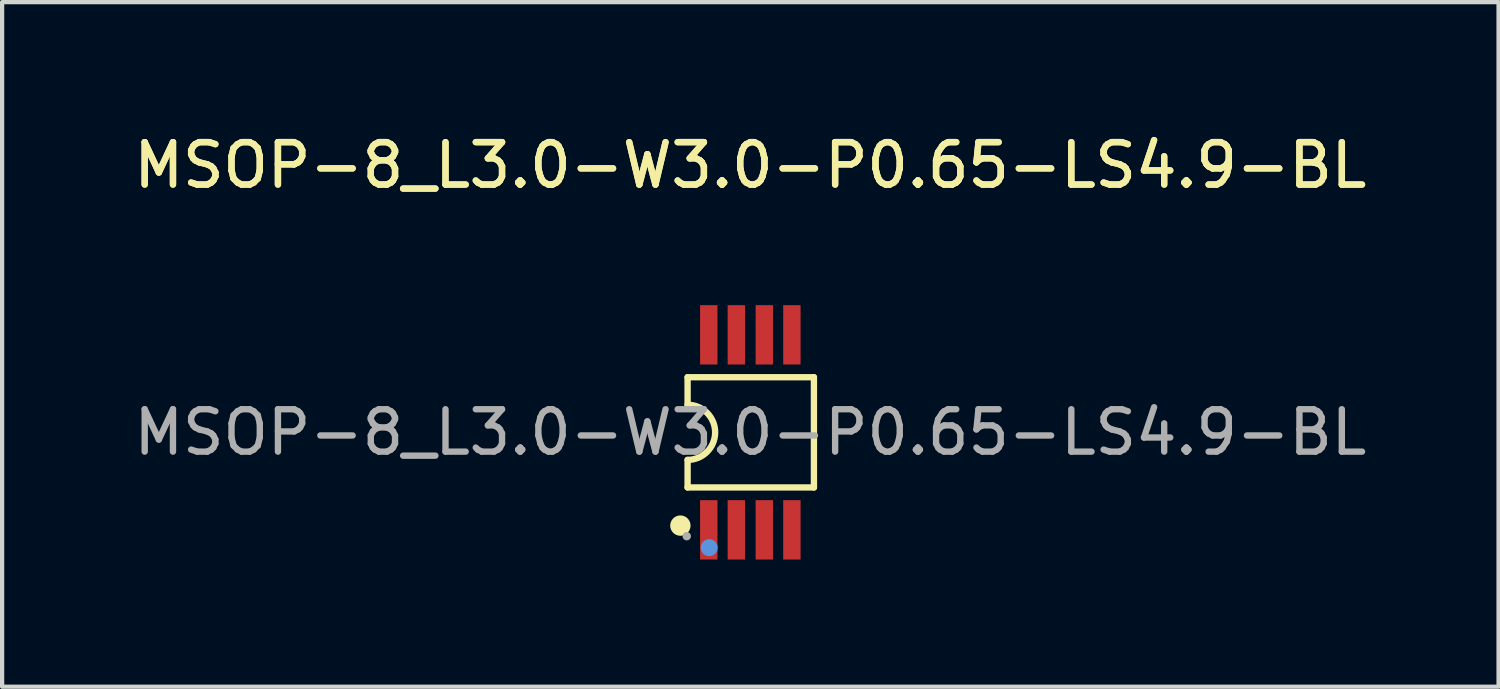
<source format=kicad_pcb>
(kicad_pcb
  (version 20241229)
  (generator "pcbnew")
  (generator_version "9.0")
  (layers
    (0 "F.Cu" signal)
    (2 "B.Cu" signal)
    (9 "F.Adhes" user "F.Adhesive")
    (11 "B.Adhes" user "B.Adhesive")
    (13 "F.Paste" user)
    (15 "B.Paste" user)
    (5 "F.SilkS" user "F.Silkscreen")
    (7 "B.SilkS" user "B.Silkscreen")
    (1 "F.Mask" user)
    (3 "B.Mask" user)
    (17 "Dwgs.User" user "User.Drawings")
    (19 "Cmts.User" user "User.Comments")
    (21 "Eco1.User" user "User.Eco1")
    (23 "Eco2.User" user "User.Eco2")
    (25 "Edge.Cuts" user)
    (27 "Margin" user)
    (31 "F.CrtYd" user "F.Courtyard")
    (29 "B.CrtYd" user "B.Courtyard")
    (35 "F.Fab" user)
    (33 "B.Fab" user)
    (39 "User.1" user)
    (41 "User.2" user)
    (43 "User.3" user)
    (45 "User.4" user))
  (footprint "MSOP-8_L3.0-W3.0-P0.65-LS4.9-BL"
    (layer "F.Cu")
    (at 14.649 7.148)
    (property "Reference" "MSOP-8_L3.0-W3.0-P0.65-LS4.9-BL" (at 0 -6.3 0) (layer "F.SilkS") (effects (font (size 1 1) (thickness 0.15))))
    (attr smd)
    (fp_line (start -1.48 -1.3) (end -1.48 -0.65) (stroke (width 0.15) (type solid)) (layer "F.SilkS"))
    (fp_line (start -1.48 0.65) (end -1.48 1.3) (stroke (width 0.15) (type solid)) (layer "F.SilkS"))
    (fp_line (start -1.48 1.3) (end 1.5 1.3) (stroke (width 0.15) (type solid)) (layer "F.SilkS"))
    (fp_line (start 1.5 -1.3) (end -1.48 -1.3) (stroke (width 0.15) (type solid)) (layer "F.SilkS"))
    (fp_line (start 1.5 1.3) (end 1.5 -1.3) (stroke (width 0.15) (type solid)) (layer "F.SilkS"))
    (fp_arc (start -1.48 -0.65) (mid -0.83 0) (end -1.48 0.65) (stroke (width 0.15) (type solid)) (layer "F.SilkS"))
    (fp_circle (center -1.65 2.2) (end -1.53 2.2) (stroke (width 0.24) (type solid)) (fill no) (layer "F.SilkS"))
    (fp_circle (center -0.97 2.72) (end -0.87 2.72) (stroke (width 0.2) (type solid)) (fill no) (layer "Cmts.User"))
    (fp_circle (center -1.5 2.45) (end -1.45 2.45) (stroke (width 0.1) (type solid)) (fill no) (layer "F.Fab"))
    (fp_text user "${REFERENCE}" (at 0 -6.3 0) (layer "F.SilkS") (effects (font (size 1 1) (thickness 0.15))))
    (fp_text user "${REFERENCE}" (at 0 0 0) (layer "F.Fab") (effects (font (size 1 1) (thickness 0.15))))
    (pad "1" smd rect (at -0.98 2.3) (size 0.41 1.4) (layers "F.Cu" "F.Mask" "F.Paste"))
    (pad "2" smd rect (at -0.33 2.3) (size 0.41 1.4) (layers "F.Cu" "F.Mask" "F.Paste"))
    (pad "3" smd rect (at 0.33 2.3) (size 0.41 1.4) (layers "F.Cu" "F.Mask" "F.Paste"))
    (pad "4" smd rect (at 0.98 2.3) (size 0.41 1.4) (layers "F.Cu" "F.Mask" "F.Paste"))
    (pad "5" smd rect (at 0.98 -2.3) (size 0.41 1.4) (layers "F.Cu" "F.Mask" "F.Paste"))
    (pad "6" smd rect (at 0.33 -2.3) (size 0.41 1.4) (layers "F.Cu" "F.Mask" "F.Paste"))
    (pad "7" smd rect (at -0.33 -2.3) (size 0.41 1.4) (layers "F.Cu" "F.Mask" "F.Paste"))
    (pad "8" smd rect (at -0.98 -2.3) (size 0.41 1.4) (layers "F.Cu" "F.Mask" "F.Paste")))
  (gr_rect
    (start -3 -3)
    (end 32.298 13.148)
    (stroke (width 0.1) (type default))
    (fill no)
    (layer "Edge.Cuts")))
</source>
